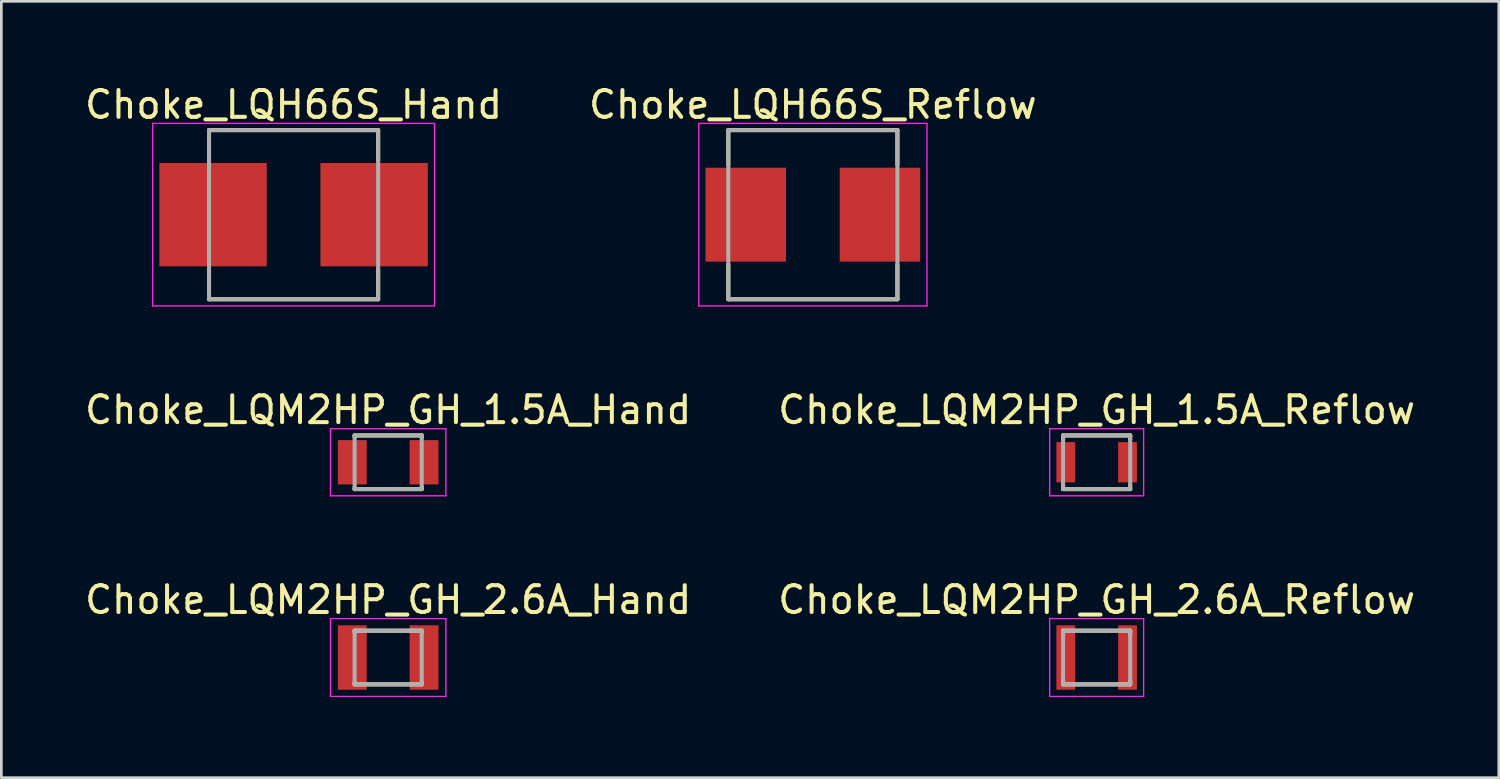
<source format=kicad_pcb>
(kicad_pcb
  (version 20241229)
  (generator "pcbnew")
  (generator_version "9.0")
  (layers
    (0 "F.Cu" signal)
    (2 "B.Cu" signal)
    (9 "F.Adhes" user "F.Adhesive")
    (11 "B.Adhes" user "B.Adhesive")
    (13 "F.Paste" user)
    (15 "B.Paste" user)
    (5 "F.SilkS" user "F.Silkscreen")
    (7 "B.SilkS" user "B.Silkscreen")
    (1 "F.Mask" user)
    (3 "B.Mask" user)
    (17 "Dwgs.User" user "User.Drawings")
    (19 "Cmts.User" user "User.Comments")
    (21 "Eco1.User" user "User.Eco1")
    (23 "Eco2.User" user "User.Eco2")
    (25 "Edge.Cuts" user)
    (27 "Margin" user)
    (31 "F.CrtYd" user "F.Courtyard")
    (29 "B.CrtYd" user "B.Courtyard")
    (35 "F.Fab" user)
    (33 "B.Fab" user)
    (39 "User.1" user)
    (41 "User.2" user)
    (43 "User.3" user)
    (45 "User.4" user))
  (footprint "Choke_LQM2HP_GH_2.6A_Hand"
    (layer "F.Cu")
    (at 11.411 21.445)
    (property "Reference" "Choke_LQM2HP_GH_2.6A_Hand" (at 0 -2.15 0) (layer "F.SilkS") (effects (font (size 1 1) (thickness 0.15))))
    (attr smd)
    (fp_line (start -1.25 -1) (end -1.25 -0.925) (stroke (width 0.15) (type solid)) (layer "F.SilkS"))
    (fp_line (start -1.25 -1) (end 1.25 -1) (stroke (width 0.15) (type solid)) (layer "F.SilkS"))
    (fp_line (start -1.25 0.925) (end -1.25 1) (stroke (width 0.15) (type solid)) (layer "F.SilkS"))
    (fp_line (start -1.25 1) (end 1.25 1) (stroke (width 0.15) (type solid)) (layer "F.SilkS"))
    (fp_line (start 1.25 -1) (end 1.25 -0.925) (stroke (width 0.15) (type solid)) (layer "F.SilkS"))
    (fp_line (start 1.25 0.925) (end 1.25 1) (stroke (width 0.15) (type solid)) (layer "F.SilkS"))
    (fp_line (start -2.15 -1.45) (end -2.15 1.45) (stroke (width 0.05) (type solid)) (layer "F.CrtYd"))
    (fp_line (start -2.15 -1.45) (end 2.15 -1.45) (stroke (width 0.05) (type solid)) (layer "F.CrtYd"))
    (fp_line (start -2.15 1.45) (end 2.15 1.45) (stroke (width 0.05) (type solid)) (layer "F.CrtYd"))
    (fp_line (start 2.15 -1.45) (end 2.15 1.45) (stroke (width 0.05) (type solid)) (layer "F.CrtYd"))
    (fp_line (start -1.25 -1) (end -1.25 1) (stroke (width 0.15) (type solid)) (layer "F.Fab"))
    (fp_line (start -1.25 -1) (end 1.25 -1) (stroke (width 0.15) (type solid)) (layer "F.Fab"))
    (fp_line (start -1.25 1) (end 1.25 1) (stroke (width 0.15) (type solid)) (layer "F.Fab"))
    (fp_line (start 1.25 -1) (end 1.25 1) (stroke (width 0.15) (type solid)) (layer "F.Fab"))
    (pad "" smd rect (at -1.337 0) (size 1.075 1.65) (layers "F.Mask" "F.Paste"))
    (pad "" smd rect (at 1.337 0) (size 1.075 1.65) (layers "F.Mask" "F.Paste"))
    (pad "1" smd rect (at -1.337 0) (size 1.075 2.4) (layers "F.Cu"))
    (pad "2" smd rect (at 1.337 0) (size 1.075 2.4) (layers "F.Cu")))
  (footprint "Choke_LQH66S_Hand"
    (layer "F.Cu")
    (at 7.887 4.948)
    (property "Reference" "Choke_LQH66S_Hand" (at 0 -4.1 0) (layer "F.SilkS") (effects (font (size 1 1) (thickness 0.15))))
    (attr smd)
    (fp_line (start -3.15 -3.15) (end -3.15 -2.025) (stroke (width 0.15) (type solid)) (layer "F.SilkS"))
    (fp_line (start -3.15 -3.15) (end 3.15 -3.15) (stroke (width 0.15) (type solid)) (layer "F.SilkS"))
    (fp_line (start -3.15 2.025) (end -3.15 3.15) (stroke (width 0.15) (type solid)) (layer "F.SilkS"))
    (fp_line (start -3.15 3.15) (end 3.15 3.15) (stroke (width 0.15) (type solid)) (layer "F.SilkS"))
    (fp_line (start 3.15 -3.15) (end 3.15 -2.025) (stroke (width 0.15) (type solid)) (layer "F.SilkS"))
    (fp_line (start 3.15 2.025) (end 3.15 3.15) (stroke (width 0.15) (type solid)) (layer "F.SilkS"))
    (fp_line (start -5.25 -3.4) (end -5.25 3.4) (stroke (width 0.05) (type solid)) (layer "F.CrtYd"))
    (fp_line (start -5.25 -3.4) (end 5.25 -3.4) (stroke (width 0.05) (type solid)) (layer "F.CrtYd"))
    (fp_line (start -5.25 3.4) (end 5.25 3.4) (stroke (width 0.05) (type solid)) (layer "F.CrtYd"))
    (fp_line (start 5.25 -3.4) (end 5.25 3.4) (stroke (width 0.05) (type solid)) (layer "F.CrtYd"))
    (fp_line (start -3.15 -3.15) (end -3.15 3.15) (stroke (width 0.15) (type solid)) (layer "F.Fab"))
    (fp_line (start -3.15 -3.15) (end 3.15 -3.15) (stroke (width 0.15) (type solid)) (layer "F.Fab"))
    (fp_line (start -3.15 3.15) (end 3.15 3.15) (stroke (width 0.15) (type solid)) (layer "F.Fab"))
    (fp_line (start 3.15 -3.15) (end 3.15 3.15) (stroke (width 0.15) (type solid)) (layer "F.Fab"))
    (pad "1" smd rect (at -3 0) (size 4 3.85) (layers "F.Cu" "F.Mask" "F.Paste"))
    (pad "2" smd rect (at 3 0) (size 4 3.85) (layers "F.Cu" "F.Mask" "F.Paste")))
  (footprint "Choke_LQM2HP_GH_2.6A_Reflow"
    (layer "F.Cu")
    (at 37.804 21.445)
    (property "Reference" "Choke_LQM2HP_GH_2.6A_Reflow" (at 0 -2.15 0) (layer "F.SilkS") (effects (font (size 1 1) (thickness 0.15))))
    (attr smd)
    (fp_line (start -1.25 -1) (end -1.25 -0.85) (stroke (width 0.15) (type solid)) (layer "F.SilkS"))
    (fp_line (start -1.25 -1) (end 1.25 -1) (stroke (width 0.15) (type solid)) (layer "F.SilkS"))
    (fp_line (start -1.25 0.85) (end -1.25 1) (stroke (width 0.15) (type solid)) (layer "F.SilkS"))
    (fp_line (start -1.25 1) (end 1.25 1) (stroke (width 0.15) (type solid)) (layer "F.SilkS"))
    (fp_line (start 1.25 -1) (end 1.25 -0.85) (stroke (width 0.15) (type solid)) (layer "F.SilkS"))
    (fp_line (start 1.25 0.85) (end 1.25 1) (stroke (width 0.15) (type solid)) (layer "F.SilkS"))
    (fp_line (start -1.75 -1.45) (end -1.75 1.45) (stroke (width 0.05) (type solid)) (layer "F.CrtYd"))
    (fp_line (start -1.75 -1.45) (end 1.75 -1.45) (stroke (width 0.05) (type solid)) (layer "F.CrtYd"))
    (fp_line (start -1.75 1.45) (end 1.75 1.45) (stroke (width 0.05) (type solid)) (layer "F.CrtYd"))
    (fp_line (start 1.75 -1.45) (end 1.75 1.45) (stroke (width 0.05) (type solid)) (layer "F.CrtYd"))
    (fp_line (start -1.25 -1) (end -1.25 1) (stroke (width 0.15) (type solid)) (layer "F.Fab"))
    (fp_line (start -1.25 -1) (end 1.25 -1) (stroke (width 0.15) (type solid)) (layer "F.Fab"))
    (fp_line (start -1.25 1) (end 1.25 1) (stroke (width 0.15) (type solid)) (layer "F.Fab"))
    (fp_line (start 1.25 -1) (end 1.25 1) (stroke (width 0.15) (type solid)) (layer "F.Fab"))
    (pad "" smd rect (at -1.15 0) (size 0.7 1.5) (layers "F.Mask" "F.Paste"))
    (pad "" smd rect (at 1.15 0) (size 0.7 1.5) (layers "F.Mask" "F.Paste"))
    (pad "1" smd rect (at -1.15 0) (size 0.7 2.4) (layers "F.Cu"))
    (pad "2" smd rect (at 1.15 0) (size 0.7 2.4) (layers "F.Cu")))
  (footprint "Choke_LQM2HP_GH_1.5A_Hand"
    (layer "F.Cu")
    (at 11.411 14.171)
    (property "Reference" "Choke_LQM2HP_GH_1.5A_Hand" (at 0 -1.95 0) (layer "F.SilkS") (effects (font (size 1 1) (thickness 0.15))))
    (attr smd)
    (fp_line (start -1.25 -1) (end -1.25 -0.925) (stroke (width 0.15) (type solid)) (layer "F.SilkS"))
    (fp_line (start -1.25 -1) (end 1.25 -1) (stroke (width 0.15) (type solid)) (layer "F.SilkS"))
    (fp_line (start -1.25 0.925) (end -1.25 1) (stroke (width 0.15) (type solid)) (layer "F.SilkS"))
    (fp_line (start -1.25 1) (end 1.25 1) (stroke (width 0.15) (type solid)) (layer "F.SilkS"))
    (fp_line (start 1.25 -1) (end 1.25 -0.925) (stroke (width 0.15) (type solid)) (layer "F.SilkS"))
    (fp_line (start 1.25 0.925) (end 1.25 1) (stroke (width 0.15) (type solid)) (layer "F.SilkS"))
    (fp_line (start -2.15 -1.25) (end -2.15 1.25) (stroke (width 0.05) (type solid)) (layer "F.CrtYd"))
    (fp_line (start -2.15 -1.25) (end 2.15 -1.25) (stroke (width 0.05) (type solid)) (layer "F.CrtYd"))
    (fp_line (start -2.15 1.25) (end 2.15 1.25) (stroke (width 0.05) (type solid)) (layer "F.CrtYd"))
    (fp_line (start 2.15 -1.25) (end 2.15 1.25) (stroke (width 0.05) (type solid)) (layer "F.CrtYd"))
    (fp_line (start -1.25 -1) (end -1.25 1) (stroke (width 0.15) (type solid)) (layer "F.Fab"))
    (fp_line (start -1.25 -1) (end 1.25 -1) (stroke (width 0.15) (type solid)) (layer "F.Fab"))
    (fp_line (start -1.25 1) (end 1.25 1) (stroke (width 0.15) (type solid)) (layer "F.Fab"))
    (fp_line (start 1.25 -1) (end 1.25 1) (stroke (width 0.15) (type solid)) (layer "F.Fab"))
    (pad "1" smd rect (at -1.337 0) (size 1.075 1.65) (layers "F.Cu" "F.Mask" "F.Paste"))
    (pad "2" smd rect (at 1.337 0) (size 1.075 1.65) (layers "F.Cu" "F.Mask" "F.Paste")))
  (footprint "Choke_LQH66S_Reflow"
    (layer "F.Cu")
    (at 27.232 4.948)
    (property "Reference" "Choke_LQH66S_Reflow" (at 0 -4.1 0) (layer "F.SilkS") (effects (font (size 1 1) (thickness 0.15))))
    (attr smd)
    (fp_line (start -3.15 -3.15) (end -3.15 -1.85) (stroke (width 0.15) (type solid)) (layer "F.SilkS"))
    (fp_line (start -3.15 -3.15) (end 3.15 -3.15) (stroke (width 0.15) (type solid)) (layer "F.SilkS"))
    (fp_line (start -3.15 1.85) (end -3.15 3.15) (stroke (width 0.15) (type solid)) (layer "F.SilkS"))
    (fp_line (start -3.15 3.15) (end 3.15 3.15) (stroke (width 0.15) (type solid)) (layer "F.SilkS"))
    (fp_line (start 3.15 -3.15) (end 3.15 -1.85) (stroke (width 0.15) (type solid)) (layer "F.SilkS"))
    (fp_line (start 3.15 1.85) (end 3.15 3.15) (stroke (width 0.15) (type solid)) (layer "F.SilkS"))
    (fp_line (start -4.25 -3.4) (end -4.25 3.4) (stroke (width 0.05) (type solid)) (layer "F.CrtYd"))
    (fp_line (start -4.25 -3.4) (end 4.25 -3.4) (stroke (width 0.05) (type solid)) (layer "F.CrtYd"))
    (fp_line (start -4.25 3.4) (end 4.25 3.4) (stroke (width 0.05) (type solid)) (layer "F.CrtYd"))
    (fp_line (start 4.25 -3.4) (end 4.25 3.4) (stroke (width 0.05) (type solid)) (layer "F.CrtYd"))
    (fp_line (start -3.15 -3.15) (end -3.15 3.15) (stroke (width 0.15) (type solid)) (layer "F.Fab"))
    (fp_line (start -3.15 -3.15) (end 3.15 -3.15) (stroke (width 0.15) (type solid)) (layer "F.Fab"))
    (fp_line (start -3.15 3.15) (end 3.15 3.15) (stroke (width 0.15) (type solid)) (layer "F.Fab"))
    (fp_line (start 3.15 -3.15) (end 3.15 3.15) (stroke (width 0.15) (type solid)) (layer "F.Fab"))
    (pad "1" smd rect (at -2.5 0) (size 3 3.5) (layers "F.Cu" "F.Mask" "F.Paste"))
    (pad "2" smd rect (at 2.5 0) (size 3 3.5) (layers "F.Cu" "F.Mask" "F.Paste")))
  (footprint "Choke_LQM2HP_GH_1.5A_Reflow"
    (layer "F.Cu")
    (at 37.804 14.171)
    (property "Reference" "Choke_LQM2HP_GH_1.5A_Reflow" (at 0 -1.95 0) (layer "F.SilkS") (effects (font (size 1 1) (thickness 0.15))))
    (attr smd)
    (fp_line (start -1.25 -1) (end -1.25 -0.85) (stroke (width 0.15) (type solid)) (layer "F.SilkS"))
    (fp_line (start -1.25 -1) (end 1.25 -1) (stroke (width 0.15) (type solid)) (layer "F.SilkS"))
    (fp_line (start -1.25 0.85) (end -1.25 1) (stroke (width 0.15) (type solid)) (layer "F.SilkS"))
    (fp_line (start -1.25 1) (end 1.25 1) (stroke (width 0.15) (type solid)) (layer "F.SilkS"))
    (fp_line (start 1.25 -1) (end 1.25 -0.85) (stroke (width 0.15) (type solid)) (layer "F.SilkS"))
    (fp_line (start 1.25 0.85) (end 1.25 1) (stroke (width 0.15) (type solid)) (layer "F.SilkS"))
    (fp_line (start -1.75 -1.25) (end -1.75 1.25) (stroke (width 0.05) (type solid)) (layer "F.CrtYd"))
    (fp_line (start -1.75 -1.25) (end 1.75 -1.25) (stroke (width 0.05) (type solid)) (layer "F.CrtYd"))
    (fp_line (start -1.75 1.25) (end 1.75 1.25) (stroke (width 0.05) (type solid)) (layer "F.CrtYd"))
    (fp_line (start 1.75 -1.25) (end 1.75 1.25) (stroke (width 0.05) (type solid)) (layer "F.CrtYd"))
    (fp_line (start -1.25 -1) (end -1.25 1) (stroke (width 0.15) (type solid)) (layer "F.Fab"))
    (fp_line (start -1.25 -1) (end 1.25 -1) (stroke (width 0.15) (type solid)) (layer "F.Fab"))
    (fp_line (start -1.25 1) (end 1.25 1) (stroke (width 0.15) (type solid)) (layer "F.Fab"))
    (fp_line (start 1.25 -1) (end 1.25 1) (stroke (width 0.15) (type solid)) (layer "F.Fab"))
    (pad "1" smd rect (at -1.15 0) (size 0.7 1.5) (layers "F.Cu" "F.Mask" "F.Paste"))
    (pad "2" smd rect (at 1.15 0) (size 0.7 1.5) (layers "F.Cu" "F.Mask" "F.Paste")))
  (gr_rect
    (start -3 -3)
    (end 52.786 25.92)
    (stroke (width 0.1) (type default))
    (fill no)
    (layer "Edge.Cuts")))
</source>
